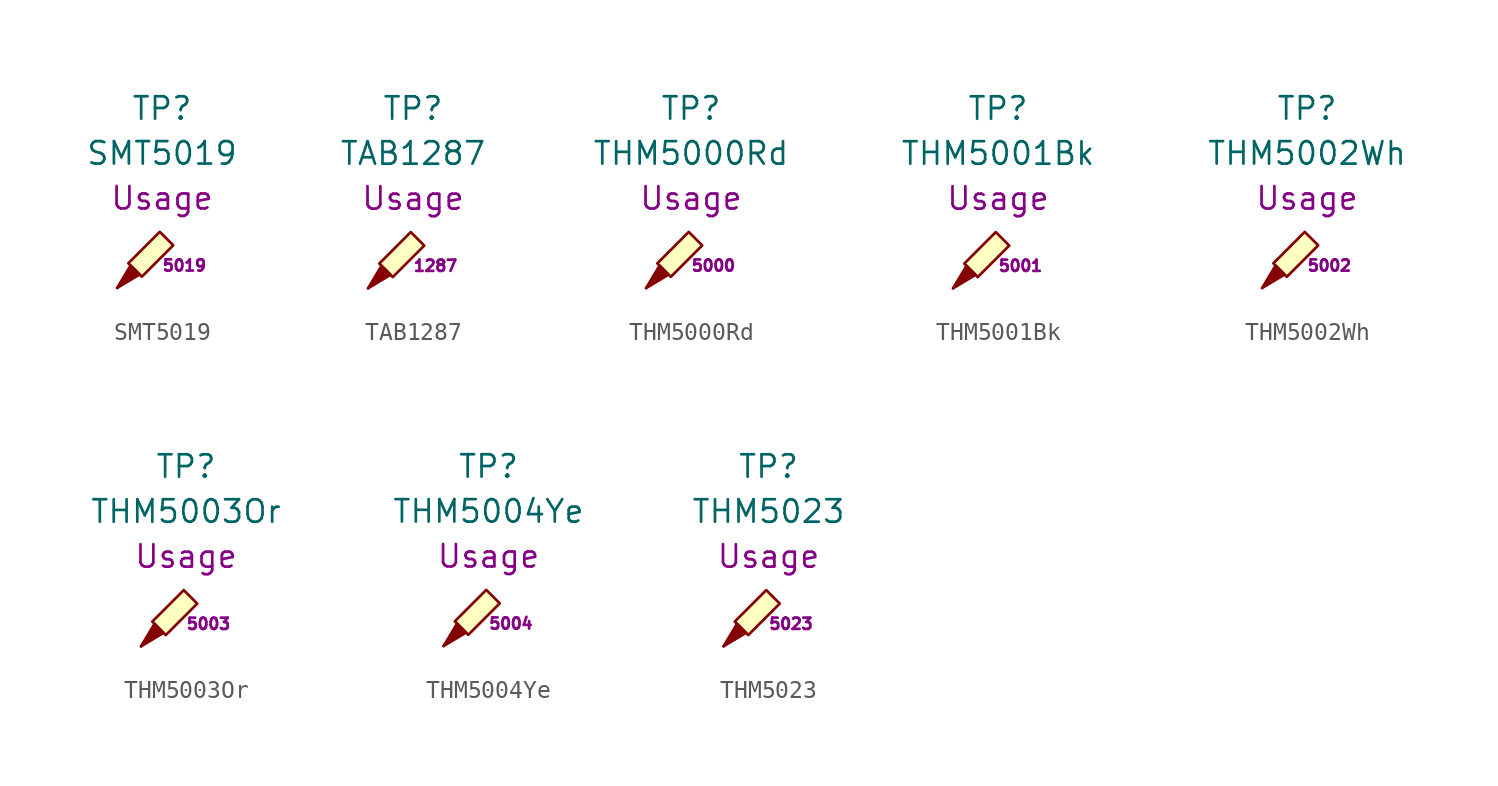
<source format=kicad_sym>
(kicad_symbol_lib
  (version 20201005)
  (generator kicad_symbol_editor)
  (symbol "TP.Keystone:SMT5019"
    (pin_numbers hide)
    (pin_names
      (offset 0.762) hide)
    (property "Reference" "TP"
      (at 2.54 10.16 0)
      (effects (font (size 1.27 1.27))))
    (property "Value" "SMT5019"
      (at 2.54 7.62 0)
      (effects (font (size 1.27 1.27))))
    (property "Usage" "Usage"
      (at 2.54 5.08 0)
      (effects (font (size 1.27 1.27))))
    (property "MPN" "5019"
      (at 3.81 1.27 0)
      (effects (font (size 0.635 0.635))))
    (symbol "SMT5019_0_1"
      (polyline (pts (xy 1.27 0.762) (xy 0 0) (xy 0.762 1.27) (xy 1.27 0.762)) (stroke (width 0)) (fill (type outline)))
      (polyline (pts (xy 1.397 0.635) (xy 0.635 1.397) (xy 2.413 3.175) (xy 3.175 2.413) (xy 1.397 0.635)) (stroke (width 0)) (fill (type background))))
    (symbol "SMT5019_1_1"
      (pin passive line (at 0 0 90) (length 0) (name "1" (effects (font (size 1.27 1.27)))) (number "1" (effects (font (size 1.27 1.27)))))))
  (symbol "TP.Keystone:TAB1287"
    (pin_numbers hide)
    (pin_names
      (offset 0.762) hide)
    (property "Reference" "TP"
      (at 2.54 10.16 0)
      (effects (font (size 1.27 1.27))))
    (property "Value" "TAB1287"
      (at 2.54 7.62 0)
      (effects (font (size 1.27 1.27))))
    (property "Usage" "Usage"
      (at 2.54 5.08 0)
      (effects (font (size 1.27 1.27))))
    (property "MPN" "1287"
      (at 3.81 1.27 0)
      (effects (font (size 0.635 0.635))))
    (symbol "TAB1287_0_1"
      (polyline (pts (xy 1.27 0.762) (xy 0 0) (xy 0.762 1.27) (xy 1.27 0.762)) (stroke (width 0)) (fill (type outline)))
      (polyline (pts (xy 1.397 0.635) (xy 0.635 1.397) (xy 2.413 3.175) (xy 3.175 2.413) (xy 1.397 0.635)) (stroke (width 0)) (fill (type background))))
    (symbol "TAB1287_1_1"
      (pin passive line (at 0 0 90) (length 0) (name "1" (effects (font (size 1.27 1.27)))) (number "1" (effects (font (size 1.27 1.27)))))))
  (symbol "TP.Keystone:THM5000Rd"
    (pin_numbers hide)
    (pin_names
      (offset 0.762) hide)
    (property "Reference" "TP"
      (at 2.54 10.16 0)
      (effects (font (size 1.27 1.27))))
    (property "Value" "THM5000Rd"
      (at 2.54 7.62 0)
      (effects (font (size 1.27 1.27))))
    (property "Usage" "Usage"
      (at 2.54 5.08 0)
      (effects (font (size 1.27 1.27))))
    (property "MPN" "5000"
      (at 3.81 1.27 0)
      (effects (font (size 0.635 0.635))))
    (symbol "THM5000Rd_0_1"
      (polyline (pts (xy 1.27 0.762) (xy 0 0) (xy 0.762 1.27) (xy 1.27 0.762)) (stroke (width 0)) (fill (type outline)))
      (polyline (pts (xy 1.397 0.635) (xy 0.635 1.397) (xy 2.413 3.175) (xy 3.175 2.413) (xy 1.397 0.635)) (stroke (width 0)) (fill (type background))))
    (symbol "THM5000Rd_1_1"
      (pin passive line (at 0 0 90) (length 0) (name "1" (effects (font (size 1.27 1.27)))) (number "1" (effects (font (size 1.27 1.27)))))))
  (symbol "TP.Keystone:THM5001Bk"
    (pin_numbers hide)
    (pin_names
      (offset 0.762) hide)
    (property "Reference" "TP"
      (at 2.54 10.16 0)
      (effects (font (size 1.27 1.27))))
    (property "Value" "THM5001Bk"
      (at 2.54 7.62 0)
      (effects (font (size 1.27 1.27))))
    (property "Usage" "Usage"
      (at 2.54 5.08 0)
      (effects (font (size 1.27 1.27))))
    (property "MPN" "5001"
      (at 3.81 1.27 0)
      (effects (font (size 0.635 0.635))))
    (symbol "THM5001Bk_0_1"
      (polyline (pts (xy 1.27 0.762) (xy 0 0) (xy 0.762 1.27) (xy 1.27 0.762)) (stroke (width 0)) (fill (type outline)))
      (polyline (pts (xy 1.397 0.635) (xy 0.635 1.397) (xy 2.413 3.175) (xy 3.175 2.413) (xy 1.397 0.635)) (stroke (width 0)) (fill (type background))))
    (symbol "THM5001Bk_1_1"
      (pin passive line (at 0 0 90) (length 0) (name "1" (effects (font (size 1.27 1.27)))) (number "1" (effects (font (size 1.27 1.27)))))))
  (symbol "TP.Keystone:THM5002Wh"
    (pin_numbers hide)
    (pin_names
      (offset 0.762) hide)
    (property "Reference" "TP"
      (at 2.54 10.16 0)
      (effects (font (size 1.27 1.27))))
    (property "Value" "THM5002Wh"
      (at 2.54 7.62 0)
      (effects (font (size 1.27 1.27))))
    (property "Usage" "Usage"
      (at 2.54 5.08 0)
      (effects (font (size 1.27 1.27))))
    (property "MPN" "5002"
      (at 3.81 1.27 0)
      (effects (font (size 0.635 0.635))))
    (symbol "THM5002Wh_0_1"
      (polyline (pts (xy 1.27 0.762) (xy 0 0) (xy 0.762 1.27) (xy 1.27 0.762)) (stroke (width 0)) (fill (type outline)))
      (polyline (pts (xy 1.397 0.635) (xy 0.635 1.397) (xy 2.413 3.175) (xy 3.175 2.413) (xy 1.397 0.635)) (stroke (width 0)) (fill (type background))))
    (symbol "THM5002Wh_1_1"
      (pin passive line (at 0 0 90) (length 0) (name "1" (effects (font (size 1.27 1.27)))) (number "1" (effects (font (size 1.27 1.27)))))))
  (symbol "TP.Keystone:THM5003Or"
    (pin_numbers hide)
    (pin_names
      (offset 0.762) hide)
    (property "Reference" "TP"
      (at 2.54 10.16 0)
      (effects (font (size 1.27 1.27))))
    (property "Value" "THM5003Or"
      (at 2.54 7.62 0)
      (effects (font (size 1.27 1.27))))
    (property "Usage" "Usage"
      (at 2.54 5.08 0)
      (effects (font (size 1.27 1.27))))
    (property "MPN" "5003"
      (at 3.81 1.27 0)
      (effects (font (size 0.635 0.635))))
    (symbol "THM5003Or_0_1"
      (polyline (pts (xy 1.27 0.762) (xy 0 0) (xy 0.762 1.27) (xy 1.27 0.762)) (stroke (width 0)) (fill (type outline)))
      (polyline (pts (xy 1.397 0.635) (xy 0.635 1.397) (xy 2.413 3.175) (xy 3.175 2.413) (xy 1.397 0.635)) (stroke (width 0)) (fill (type background))))
    (symbol "THM5003Or_1_1"
      (pin passive line (at 0 0 90) (length 0) (name "1" (effects (font (size 1.27 1.27)))) (number "1" (effects (font (size 1.27 1.27)))))))
  (symbol "TP.Keystone:THM5004Ye"
    (pin_numbers hide)
    (pin_names
      (offset 0.762) hide)
    (property "Reference" "TP"
      (at 2.54 10.16 0)
      (effects (font (size 1.27 1.27))))
    (property "Value" "THM5004Ye"
      (at 2.54 7.62 0)
      (effects (font (size 1.27 1.27))))
    (property "Usage" "Usage"
      (at 2.54 5.08 0)
      (effects (font (size 1.27 1.27))))
    (property "MPN" "5004"
      (at 3.81 1.27 0)
      (effects (font (size 0.635 0.635))))
    (symbol "THM5004Ye_0_1"
      (polyline (pts (xy 1.27 0.762) (xy 0 0) (xy 0.762 1.27) (xy 1.27 0.762)) (stroke (width 0)) (fill (type outline)))
      (polyline (pts (xy 1.397 0.635) (xy 0.635 1.397) (xy 2.413 3.175) (xy 3.175 2.413) (xy 1.397 0.635)) (stroke (width 0)) (fill (type background))))
    (symbol "THM5004Ye_1_1"
      (pin passive line (at 0 0 90) (length 0) (name "1" (effects (font (size 1.27 1.27)))) (number "1" (effects (font (size 1.27 1.27)))))))
  (symbol "TP.Keystone:THM5023"
    (pin_numbers hide)
    (pin_names
      (offset 0.762) hide)
    (property "Reference" "TP"
      (at 2.54 10.16 0)
      (effects (font (size 1.27 1.27))))
    (property "Value" "THM5023"
      (at 2.54 7.62 0)
      (effects (font (size 1.27 1.27))))
    (property "Usage" "Usage"
      (at 2.54 5.08 0)
      (effects (font (size 1.27 1.27))))
    (property "MPN" "5023"
      (at 3.81 1.27 0)
      (effects (font (size 0.635 0.635))))
    (symbol "THM5023_0_1"
      (polyline (pts (xy 1.27 0.762) (xy 0 0) (xy 0.762 1.27) (xy 1.27 0.762)) (stroke (width 0)) (fill (type outline)))
      (polyline (pts (xy 1.397 0.635) (xy 0.635 1.397) (xy 2.413 3.175) (xy 3.175 2.413) (xy 1.397 0.635)) (stroke (width 0)) (fill (type background))))
    (symbol "THM5023_1_1"
      (pin passive line (at 0 0 90) (length 0) (name "1" (effects (font (size 1.27 1.27)))) (number "1" (effects (font (size 1.27 1.27))))))))
</source>
